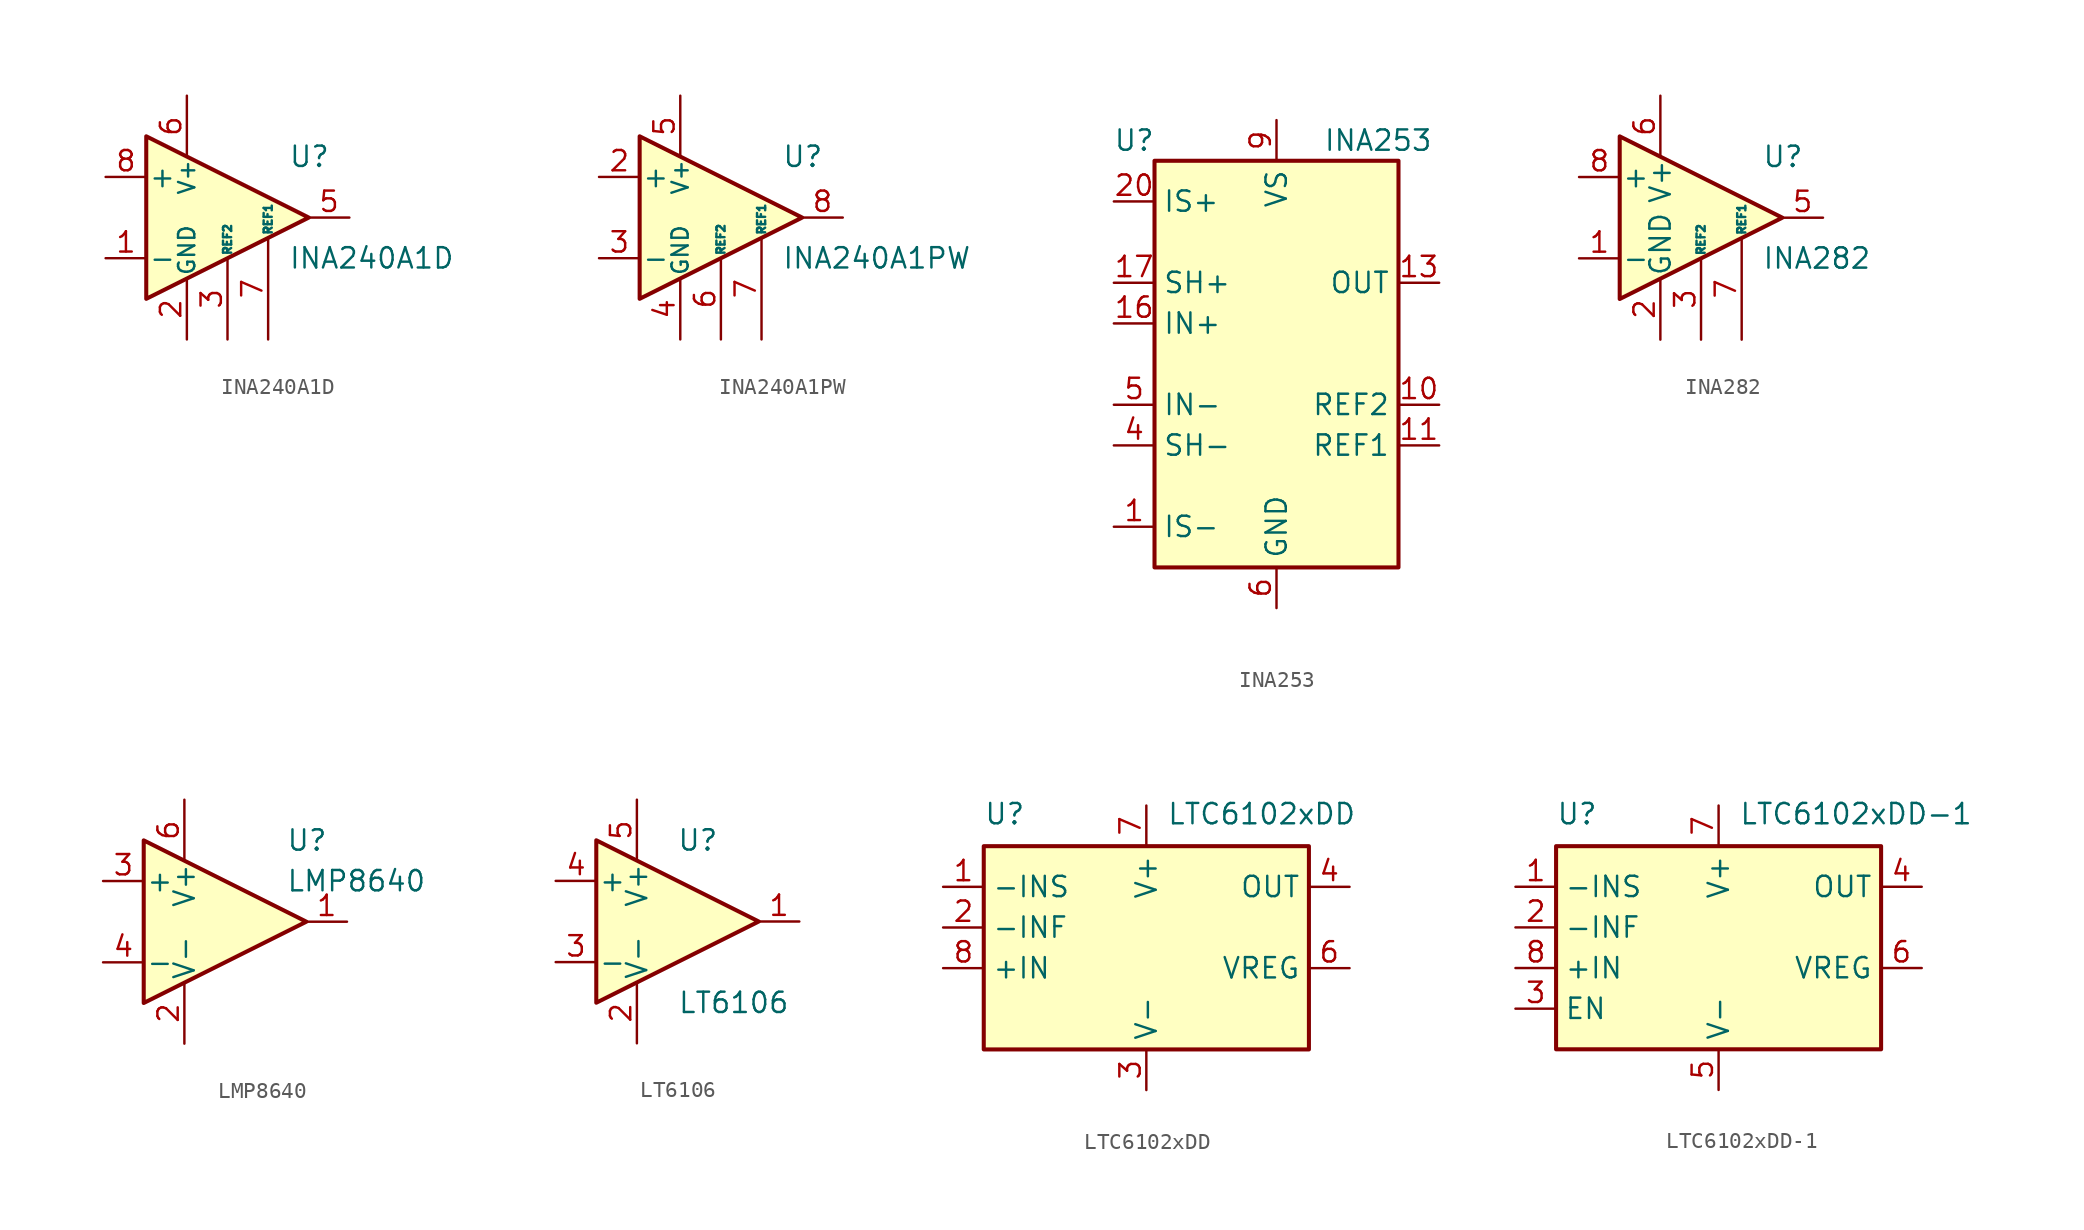
<source format=kicad_sym>
(kicad_symbol_lib
  (version 20241209)
  (generator "kicad_symbol_editor")
  (generator_version "9.0")
  (symbol "INA240A1D"
    (pin_names
      (offset 0.127))
    (property "Reference" "U"
      (at 3.81 3.81 0)
      (effects (font (size 1.27 1.27)) (justify left)))
    (property "Value" "INA240A1D"
      (at 3.81 -2.54 0)
      (effects (font (size 1.27 1.27)) (justify left)))
    (symbol "INA240A1D_0_1"
      (polyline (pts (xy 5.08 0) (xy -5.08 5.08) (xy -5.08 -5.08) (xy 5.08 0)) (stroke (width 0.254) (type default)) (fill (type background))))
    (symbol "INA240A1D_1_1"
      (pin input line (at -7.62 2.54 0) (length 2.54) (name "+" (effects (font (size 1.27 1.27)))) (number "8" (effects (font (size 1.27 1.27)))))
      (pin input line (at -7.62 -2.54 0) (length 2.54) (name "-" (effects (font (size 1.27 1.27)))) (number "1" (effects (font (size 1.27 1.27)))))
      (pin power_in line (at -2.54 7.62 270) (length 3.81) (name "V+" (effects (font (size 1.016 1.016)))) (number "6" (effects (font (size 1.27 1.27)))))
      (pin power_in line (at -2.54 -7.62 90) (length 3.81) (name "GND" (effects (font (size 1.016 1.016)))) (number "2" (effects (font (size 1.27 1.27)))))
      (pin passive line (at -2.54 -7.62 90) (length 3.81) (hide yes) (name "GND" (effects (font (size 1.016 1.016)))) (number "4" (effects (font (size 1.27 1.27)))))
      (pin passive line (at 0 -7.62 90) (length 5.08) (name "REF2" (effects (font (size 0.508 0.508)))) (number "3" (effects (font (size 1.27 1.27)))))
      (pin passive line (at 2.54 -7.62 90) (length 6.35) (name "REF1" (effects (font (size 0.508 0.508)))) (number "7" (effects (font (size 1.27 1.27)))))
      (pin output line (at 7.62 0 180) (length 2.54) (name "~" (effects (font (size 1.27 1.27)))) (number "5" (effects (font (size 1.27 1.27)))))))
  (symbol "INA240A1PW"
    (pin_names
      (offset 0.127))
    (property "Reference" "U"
      (at 3.81 3.81 0)
      (effects (font (size 1.27 1.27)) (justify left)))
    (property "Value" "INA240A1PW"
      (at 3.81 -2.54 0)
      (effects (font (size 1.27 1.27)) (justify left)))
    (symbol "INA240A1PW_0_1"
      (polyline (pts (xy 5.08 0) (xy -5.08 5.08) (xy -5.08 -5.08) (xy 5.08 0)) (stroke (width 0.254) (type default)) (fill (type background))))
    (symbol "INA240A1PW_1_1"
      (pin input line (at -7.62 2.54 0) (length 2.54) (name "+" (effects (font (size 1.27 1.27)))) (number "2" (effects (font (size 1.27 1.27)))))
      (pin input line (at -7.62 -2.54 0) (length 2.54) (name "-" (effects (font (size 1.27 1.27)))) (number "3" (effects (font (size 1.27 1.27)))))
      (pin power_in line (at -2.54 7.62 270) (length 3.81) (name "V+" (effects (font (size 1.016 1.016)))) (number "5" (effects (font (size 1.27 1.27)))))
      (pin passive line (at -2.54 -7.62 90) (length 3.81) (hide yes) (name "GND" (effects (font (size 1.016 1.016)))) (number "1" (effects (font (size 1.27 1.27)))))
      (pin power_in line (at -2.54 -7.62 90) (length 3.81) (name "GND" (effects (font (size 1.016 1.016)))) (number "4" (effects (font (size 1.27 1.27)))))
      (pin passive line (at 0 -7.62 90) (length 5.08) (name "REF2" (effects (font (size 0.508 0.508)))) (number "6" (effects (font (size 1.27 1.27)))))
      (pin passive line (at 2.54 -7.62 90) (length 6.35) (name "REF1" (effects (font (size 0.508 0.508)))) (number "7" (effects (font (size 1.27 1.27)))))
      (pin output line (at 7.62 0 180) (length 2.54) (name "~" (effects (font (size 1.27 1.27)))) (number "8" (effects (font (size 1.27 1.27)))))))
  (symbol "INA253"
    (property "Reference" "U"
      (at -8.89 13.97 0)
      (effects (font (size 1.27 1.27))))
    (property "Value" "INA253"
      (at 6.35 13.97 0)
      (effects (font (size 1.27 1.27))))
    (symbol "INA253_0_1"
      (rectangle (start -7.62 12.7) (end 7.62 -12.7) (stroke (width 0.254) (type default)) (fill (type background))))
    (symbol "INA253_1_1"
      (pin passive line (at -10.16 10.16 0) (length 2.54) (hide yes) (name "IS+" (effects (font (size 1.27 1.27)))) (number "18" (effects (font (size 1.27 1.27)))))
      (pin passive line (at -10.16 10.16 0) (length 2.54) (hide yes) (name "IS+" (effects (font (size 1.27 1.27)))) (number "19" (effects (font (size 1.27 1.27)))))
      (pin passive line (at -10.16 10.16 0) (length 2.54) (name "IS+" (effects (font (size 1.27 1.27)))) (number "20" (effects (font (size 1.27 1.27)))))
      (pin passive line (at -10.16 5.08 0) (length 2.54) (name "SH+" (effects (font (size 1.27 1.27)))) (number "17" (effects (font (size 1.27 1.27)))))
      (pin passive line (at -10.16 2.54 0) (length 2.54) (name "IN+" (effects (font (size 1.27 1.27)))) (number "16" (effects (font (size 1.27 1.27)))))
      (pin passive line (at -10.16 -2.54 0) (length 2.54) (name "IN-" (effects (font (size 1.27 1.27)))) (number "5" (effects (font (size 1.27 1.27)))))
      (pin passive line (at -10.16 -5.08 0) (length 2.54) (name "SH-" (effects (font (size 1.27 1.27)))) (number "4" (effects (font (size 1.27 1.27)))))
      (pin passive line (at -10.16 -10.16 0) (length 2.54) (name "IS-" (effects (font (size 1.27 1.27)))) (number "1" (effects (font (size 1.27 1.27)))))
      (pin passive line (at -10.16 -10.16 0) (length 2.54) (hide yes) (name "IS-" (effects (font (size 1.27 1.27)))) (number "2" (effects (font (size 1.27 1.27)))))
      (pin passive line (at -10.16 -10.16 0) (length 2.54) (hide yes) (name "IS-" (effects (font (size 1.27 1.27)))) (number "3" (effects (font (size 1.27 1.27)))))
      (pin power_in line (at 0 15.24 270) (length 2.54) (name "VS" (effects (font (size 1.27 1.27)))) (number "9" (effects (font (size 1.27 1.27)))))
      (pin passive line (at 0 -15.24 90) (length 2.54) (hide yes) (name "GND" (effects (font (size 1.27 1.27)))) (number "15" (effects (font (size 1.27 1.27)))))
      (pin power_in line (at 0 -15.24 90) (length 2.54) (name "GND" (effects (font (size 1.27 1.27)))) (number "6" (effects (font (size 1.27 1.27)))))
      (pin no_connect line (at 7.62 10.16 180) (length 2.54) (hide yes) (name "DNC2" (effects (font (size 1.27 1.27)))) (number "14" (effects (font (size 1.27 1.27)))))
      (pin no_connect line (at 7.62 7.62 180) (length 2.54) (hide yes) (name "DNC1" (effects (font (size 1.27 1.27)))) (number "7" (effects (font (size 1.27 1.27)))))
      (pin no_connect line (at 7.62 2.54 180) (length 2.54) (hide yes) (name "NC" (effects (font (size 1.27 1.27)))) (number "8" (effects (font (size 1.27 1.27)))))
      (pin no_connect line (at 7.62 0 180) (length 2.54) (hide yes) (name "NC" (effects (font (size 1.27 1.27)))) (number "12" (effects (font (size 1.27 1.27)))))
      (pin output line (at 10.16 5.08 180) (length 2.54) (name "OUT" (effects (font (size 1.27 1.27)))) (number "13" (effects (font (size 1.27 1.27)))))
      (pin passive line (at 10.16 -2.54 180) (length 2.54) (name "REF2" (effects (font (size 1.27 1.27)))) (number "10" (effects (font (size 1.27 1.27)))))
      (pin passive line (at 10.16 -5.08 180) (length 2.54) (name "REF1" (effects (font (size 1.27 1.27)))) (number "11" (effects (font (size 1.27 1.27)))))))
  (symbol "INA282"
    (pin_names
      (offset 0.127))
    (property "Reference" "U"
      (at 3.81 3.81 0)
      (effects (font (size 1.27 1.27)) (justify left)))
    (property "Value" "INA282"
      (at 3.81 -2.54 0)
      (effects (font (size 1.27 1.27)) (justify left)))
    (symbol "INA282_0_1"
      (polyline (pts (xy 5.08 0) (xy -5.08 5.08) (xy -5.08 -5.08) (xy 5.08 0)) (stroke (width 0.254) (type default)) (fill (type background))))
    (symbol "INA282_1_1"
      (pin input line (at -7.62 2.54 0) (length 2.54) (name "+" (effects (font (size 1.27 1.27)))) (number "8" (effects (font (size 1.27 1.27)))))
      (pin input line (at -7.62 -2.54 0) (length 2.54) (name "-" (effects (font (size 1.27 1.27)))) (number "1" (effects (font (size 1.27 1.27)))))
      (pin no_connect line (at -5.08 0 0) (length 2.54) (hide yes) (name "NC" (effects (font (size 1.27 1.27)))) (number "4" (effects (font (size 1.27 1.27)))))
      (pin input line (at -2.54 7.62 270) (length 3.81) (name "V+" (effects (font (size 1.27 1.27)))) (number "6" (effects (font (size 1.27 1.27)))))
      (pin power_in line (at -2.54 -7.62 90) (length 3.81) (name "GND" (effects (font (size 1.27 1.27)))) (number "2" (effects (font (size 1.27 1.27)))))
      (pin input line (at 0 -7.62 90) (length 5.08) (name "REF2" (effects (font (size 0.508 0.508)))) (number "3" (effects (font (size 1.27 1.27)))))
      (pin input line (at 2.54 -7.62 90) (length 6.35) (name "REF1" (effects (font (size 0.508 0.508)))) (number "7" (effects (font (size 1.27 1.27)))))
      (pin output line (at 7.62 0 180) (length 2.54) (name "~" (effects (font (size 1.27 1.27)))) (number "5" (effects (font (size 1.27 1.27)))))))
  (symbol "LMP8640"
    (pin_names
      (offset 0.127))
    (property "Reference" "U"
      (at 3.81 5.08 0)
      (effects (font (size 1.27 1.27)) (justify left)))
    (property "Value" "LMP8640"
      (at 3.81 2.54 0)
      (effects (font (size 1.27 1.27)) (justify left)))
    (symbol "LMP8640_0_1"
      (polyline (pts (xy -5.08 5.08) (xy 5.08 0) (xy -5.08 -5.08) (xy -5.08 5.08)) (stroke (width 0.254) (type default)) (fill (type background))))
    (symbol "LMP8640_1_1"
      (pin input line (at -7.62 2.54 0) (length 2.54) (name "+" (effects (font (size 1.27 1.27)))) (number "3" (effects (font (size 1.27 1.27)))))
      (pin input line (at -7.62 -2.54 0) (length 2.54) (name "-" (effects (font (size 1.27 1.27)))) (number "4" (effects (font (size 1.27 1.27)))))
      (pin power_in line (at -2.54 7.62 270) (length 3.81) (name "V+" (effects (font (size 1.27 1.27)))) (number "6" (effects (font (size 1.27 1.27)))))
      (pin power_in line (at -2.54 -7.62 90) (length 3.81) (name "V-" (effects (font (size 1.27 1.27)))) (number "2" (effects (font (size 1.27 1.27)))))
      (pin output line (at 7.62 0 180) (length 2.54) (name "~" (effects (font (size 1.27 1.27)))) (number "1" (effects (font (size 1.27 1.27)))))))
  (symbol "LT6106"
    (pin_names
      (offset 0.127))
    (property "Reference" "U"
      (at 1.27 5.08 0)
      (effects (font (size 1.27 1.27))))
    (property "Value" "LT6106"
      (at 0 -5.08 0)
      (effects (font (size 1.27 1.27)) (justify left)))
    (symbol "LT6106_0_1"
      (polyline (pts (xy -5.08 5.08) (xy 5.08 0) (xy -5.08 -5.08) (xy -5.08 5.08)) (stroke (width 0.254) (type default)) (fill (type background))))
    (symbol "LT6106_1_1"
      (pin input line (at -7.62 2.54 0) (length 2.54) (name "+" (effects (font (size 1.27 1.27)))) (number "4" (effects (font (size 1.27 1.27)))))
      (pin input line (at -7.62 -2.54 0) (length 2.54) (name "-" (effects (font (size 1.27 1.27)))) (number "3" (effects (font (size 1.27 1.27)))))
      (pin power_in line (at -2.54 7.62 270) (length 3.81) (name "V+" (effects (font (size 1.27 1.27)))) (number "5" (effects (font (size 1.27 1.27)))))
      (pin power_in line (at -2.54 -7.62 90) (length 3.81) (name "V-" (effects (font (size 1.27 1.27)))) (number "2" (effects (font (size 1.27 1.27)))))
      (pin open_collector line (at 7.62 0 180) (length 2.54) (name "~" (effects (font (size 1.27 1.27)))) (number "1" (effects (font (size 1.27 1.27)))))))
  (symbol "LTC6102xDD"
    (property "Reference" "U"
      (at -10.16 8.89 0)
      (effects (font (size 1.27 1.27)) (justify left bottom)))
    (property "Value" "LTC6102xDD"
      (at 1.27 8.89 0)
      (effects (font (size 1.27 1.27)) (justify left bottom)))
    (symbol "LTC6102xDD_0_1"
      (rectangle (start -10.16 7.62) (end 10.16 -5.08) (stroke (width 0.254) (type default)) (fill (type background))))
    (symbol "LTC6102xDD_1_1"
      (pin input line (at -12.7 5.08 0) (length 2.54) (name "-INS" (effects (font (size 1.27 1.27)))) (number "1" (effects (font (size 1.27 1.27)))))
      (pin input line (at -12.7 2.54 0) (length 2.54) (name "-INF" (effects (font (size 1.27 1.27)))) (number "2" (effects (font (size 1.27 1.27)))))
      (pin input line (at -12.7 0 0) (length 2.54) (name "+IN" (effects (font (size 1.27 1.27)))) (number "8" (effects (font (size 1.27 1.27)))))
      (pin power_in line (at 0 10.16 270) (length 2.54) (name "V+" (effects (font (size 1.27 1.27)))) (number "7" (effects (font (size 1.27 1.27)))))
      (pin power_in line (at 0 -7.62 90) (length 2.54) (name "V-" (effects (font (size 1.27 1.27)))) (number "3" (effects (font (size 1.27 1.27)))))
      (pin passive line (at 0 -7.62 90) (length 2.54) (hide yes) (name "V-" (effects (font (size 1.27 1.27)))) (number "5" (effects (font (size 1.27 1.27)))))
      (pin passive line (at 0 -7.62 90) (length 2.54) (hide yes) (name "V-" (effects (font (size 1.27 1.27)))) (number "9" (effects (font (size 1.27 1.27)))))
      (pin output line (at 12.7 5.08 180) (length 2.54) (name "OUT" (effects (font (size 1.27 1.27)))) (number "4" (effects (font (size 1.27 1.27)))))
      (pin output line (at 12.7 0 180) (length 2.54) (name "VREG" (effects (font (size 1.27 1.27)))) (number "6" (effects (font (size 1.27 1.27)))))))
  (symbol "LTC6102xDD-1"
    (property "Reference" "U"
      (at -10.16 8.89 0)
      (effects (font (size 1.27 1.27)) (justify left bottom)))
    (property "Value" "LTC6102xDD-1"
      (at 1.27 8.89 0)
      (effects (font (size 1.27 1.27)) (justify left bottom)))
    (symbol "LTC6102xDD-1_0_1"
      (rectangle (start -10.16 7.62) (end 10.16 -5.08) (stroke (width 0.254) (type default)) (fill (type background))))
    (symbol "LTC6102xDD-1_1_1"
      (pin input line (at -12.7 5.08 0) (length 2.54) (name "-INS" (effects (font (size 1.27 1.27)))) (number "1" (effects (font (size 1.27 1.27)))))
      (pin input line (at -12.7 2.54 0) (length 2.54) (name "-INF" (effects (font (size 1.27 1.27)))) (number "2" (effects (font (size 1.27 1.27)))))
      (pin input line (at -12.7 0 0) (length 2.54) (name "+IN" (effects (font (size 1.27 1.27)))) (number "8" (effects (font (size 1.27 1.27)))))
      (pin input line (at -12.7 -2.54 0) (length 2.54) (name "EN" (effects (font (size 1.27 1.27)))) (number "3" (effects (font (size 1.27 1.27)))))
      (pin power_in line (at 0 10.16 270) (length 2.54) (name "V+" (effects (font (size 1.27 1.27)))) (number "7" (effects (font (size 1.27 1.27)))))
      (pin power_in line (at 0 -7.62 90) (length 2.54) (name "V-" (effects (font (size 1.27 1.27)))) (number "5" (effects (font (size 1.27 1.27)))))
      (pin passive line (at 0 -7.62 90) (length 2.54) (hide yes) (name "V-" (effects (font (size 1.27 1.27)))) (number "9" (effects (font (size 1.27 1.27)))))
      (pin output line (at 12.7 5.08 180) (length 2.54) (name "OUT" (effects (font (size 1.27 1.27)))) (number "4" (effects (font (size 1.27 1.27)))))
      (pin output line (at 12.7 0 180) (length 2.54) (name "VREG" (effects (font (size 1.27 1.27)))) (number "6" (effects (font (size 1.27 1.27))))))))
</source>
